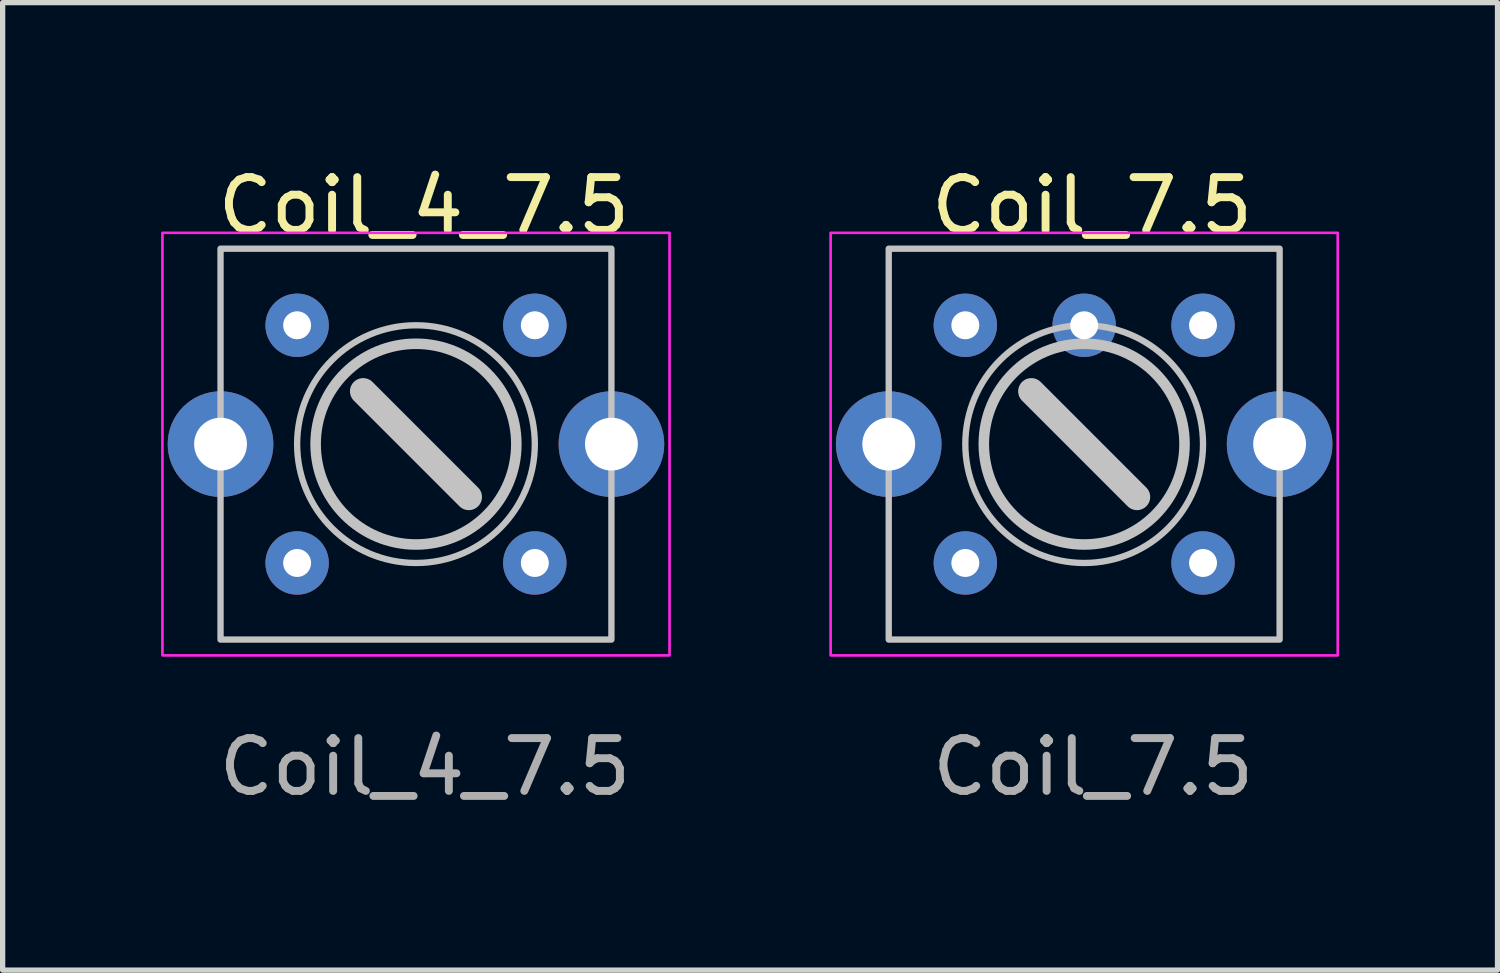
<source format=kicad_pcb>
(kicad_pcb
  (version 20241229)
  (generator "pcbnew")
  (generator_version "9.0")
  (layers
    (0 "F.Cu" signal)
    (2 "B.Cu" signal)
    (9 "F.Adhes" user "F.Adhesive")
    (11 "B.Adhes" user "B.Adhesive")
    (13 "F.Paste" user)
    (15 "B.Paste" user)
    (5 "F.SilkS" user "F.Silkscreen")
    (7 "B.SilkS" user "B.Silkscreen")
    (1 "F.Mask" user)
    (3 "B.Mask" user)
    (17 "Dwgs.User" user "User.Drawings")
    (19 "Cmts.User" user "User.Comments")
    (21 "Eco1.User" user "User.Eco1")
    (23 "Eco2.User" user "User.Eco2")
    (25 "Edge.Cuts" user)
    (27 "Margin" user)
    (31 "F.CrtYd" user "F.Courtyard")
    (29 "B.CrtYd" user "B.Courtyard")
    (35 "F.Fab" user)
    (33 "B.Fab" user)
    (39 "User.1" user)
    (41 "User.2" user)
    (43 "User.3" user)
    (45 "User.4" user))
  (footprint "Coil_7.5"
    (layer "F.Cu")
    (at 17.475 5.358)
    (property "Reference" "Coil_7.5" (at 0.15 -4.51 0) (unlocked yes) (layer "F.SilkS") (effects (font (size 1 1) (thickness 0.15))))
    (attr through_hole)
    (fp_line (start -1 -1) (end 1 1) (stroke (width 0.5) (type solid)) (layer "Dwgs.User"))
    (fp_rect (start -3.7 -3.7) (end 3.7 3.7) (stroke (width 0.12) (type solid)) (fill no) (layer "Dwgs.User"))
    (fp_circle (center 0 0) (end 1.9 0) (stroke (width 0.2) (type solid)) (fill no) (layer "Dwgs.User"))
    (fp_circle (center 0 0) (end 2.25 0) (stroke (width 0.12) (type solid)) (fill no) (layer "Dwgs.User"))
    (fp_rect (start -4.8 -4) (end 4.8 4) (stroke (width 0.05) (type solid)) (fill no) (layer "F.CrtYd"))
    (fp_text user "${REFERENCE}" (at 0.17 6.11 0) (unlocked yes) (layer "F.Fab") (effects (font (size 1 1) (thickness 0.15))))
    (pad "0" thru_hole circle (at -3.7 0) (size 2 2) (drill 1) (layers "*.Cu" "*.Mask"))
    (pad "0" thru_hole circle (at 3.7 0) (size 2 2) (drill 1) (layers "*.Cu" "*.Mask"))
    (pad "1" thru_hole circle (at -2.25 -2.25) (size 1.2 1.2) (drill 0.53) (layers "*.Cu" "*.Mask"))
    (pad "2" thru_hole circle (at 0 -2.25) (size 1.2 1.2) (drill 0.53) (layers "*.Cu" "*.Mask"))
    (pad "3" thru_hole circle (at 2.25 -2.25) (size 1.2 1.2) (drill 0.53) (layers "*.Cu" "*.Mask"))
    (pad "4" thru_hole circle (at 2.25 2.25) (size 1.2 1.2) (drill 0.53) (layers "*.Cu" "*.Mask"))
    (pad "6" thru_hole circle (at -2.25 2.25) (size 1.2 1.2) (drill 0.53) (layers "*.Cu" "*.Mask")))
  (footprint "Coil_4_7.5"
    (layer "F.Cu")
    (at 4.825 5.358)
    (property "Reference" "Coil_4_7.5" (at 0.15 -4.51 0) (unlocked yes) (layer "F.SilkS") (effects (font (size 1 1) (thickness 0.15))))
    (attr through_hole)
    (fp_line (start -1 -1) (end 1 1) (stroke (width 0.5) (type solid)) (layer "Dwgs.User"))
    (fp_rect (start -3.7 -3.7) (end 3.7 3.7) (stroke (width 0.12) (type solid)) (fill no) (layer "Dwgs.User"))
    (fp_circle (center 0 0) (end 1.9 0) (stroke (width 0.2) (type solid)) (fill no) (layer "Dwgs.User"))
    (fp_circle (center 0 0) (end 2.25 0) (stroke (width 0.12) (type solid)) (fill no) (layer "Dwgs.User"))
    (fp_rect (start -4.8 -4) (end 4.8 4) (stroke (width 0.05) (type solid)) (fill no) (layer "F.CrtYd"))
    (fp_text user "${REFERENCE}" (at 0.17 6.11 0) (unlocked yes) (layer "F.Fab") (effects (font (size 1 1) (thickness 0.15))))
    (pad "0" thru_hole circle (at -3.7 0) (size 2 2) (drill 1) (layers "*.Cu" "*.Mask"))
    (pad "0" thru_hole circle (at 3.7 0) (size 2 2) (drill 1) (layers "*.Cu" "*.Mask"))
    (pad "1" thru_hole circle (at -2.25 -2.25) (size 1.2 1.2) (drill 0.53) (layers "*.Cu" "*.Mask"))
    (pad "3" thru_hole circle (at 2.25 -2.25) (size 1.2 1.2) (drill 0.53) (layers "*.Cu" "*.Mask"))
    (pad "4" thru_hole circle (at 2.25 2.25) (size 1.2 1.2) (drill 0.53) (layers "*.Cu" "*.Mask"))
    (pad "6" thru_hole circle (at -2.25 2.25) (size 1.2 1.2) (drill 0.53) (layers "*.Cu" "*.Mask")))
  (gr_rect
    (start -3 -3)
    (end 25.3 15.316)
    (stroke (width 0.1) (type default))
    (fill no)
    (layer "Edge.Cuts")))
</source>
